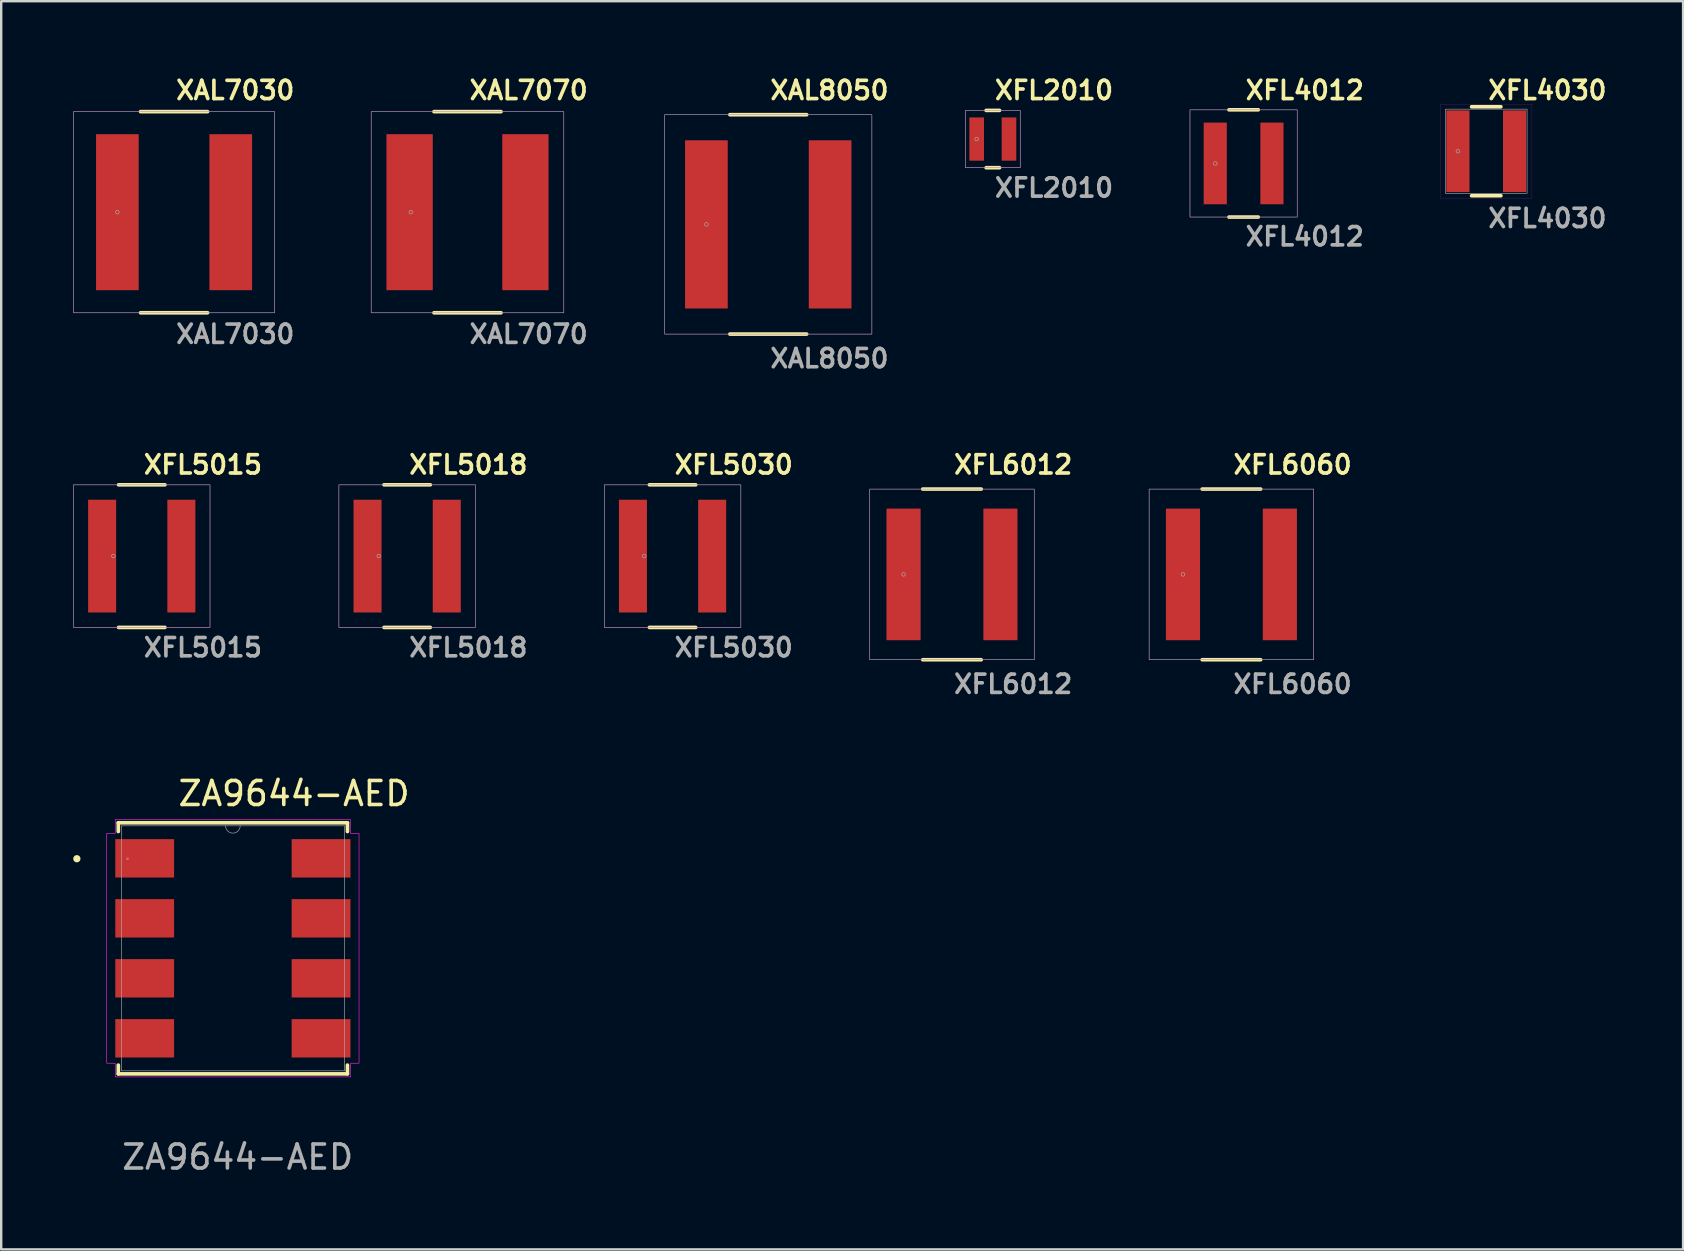
<source format=kicad_pcb>
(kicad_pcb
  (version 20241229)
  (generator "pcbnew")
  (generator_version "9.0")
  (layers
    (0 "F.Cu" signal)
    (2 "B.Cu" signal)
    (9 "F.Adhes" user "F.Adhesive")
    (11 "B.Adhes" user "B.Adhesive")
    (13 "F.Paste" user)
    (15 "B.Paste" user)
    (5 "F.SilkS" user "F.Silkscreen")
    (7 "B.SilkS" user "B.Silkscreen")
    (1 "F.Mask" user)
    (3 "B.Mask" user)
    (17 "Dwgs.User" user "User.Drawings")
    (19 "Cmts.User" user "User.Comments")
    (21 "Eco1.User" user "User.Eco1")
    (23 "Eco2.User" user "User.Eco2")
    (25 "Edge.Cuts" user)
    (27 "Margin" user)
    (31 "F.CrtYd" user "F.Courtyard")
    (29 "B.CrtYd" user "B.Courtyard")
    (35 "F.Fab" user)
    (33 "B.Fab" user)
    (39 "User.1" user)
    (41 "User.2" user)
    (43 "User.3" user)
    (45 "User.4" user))
  (footprint "XFL4012"
    (layer "F.Cu")
    (at 48.777 3.761)
    (property "Reference" "XFL4012" (at 0 -3.048 0) (unlocked yes) (layer "F.SilkS") (effects (font (size 0.762 0.762) (thickness 0.152)) (justify left)))
    (attr smd)
    (fp_line (start -0.61 2.235) (end 0.61 2.235) (stroke (width 0.152) (type solid)) (layer "F.SilkS"))
    (fp_line (start 0.61 -2.235) (end -0.61 -2.235) (stroke (width 0.152) (type solid)) (layer "F.SilkS"))
    (fp_rect (start -2.235 -2.235) (end 2.235 2.235) (stroke (width 0.006) (type default)) (fill no) (layer "F.CrtYd"))
    (fp_rect (start -2.235 -2.235) (end 2.235 2.235) (stroke (width 0.025) (type default)) (fill no) (layer "F.Fab"))
    (fp_circle (center -1.181 0) (end -1.105 0) (stroke (width 0.025) (type solid)) (fill no) (layer "F.Fab"))
    (fp_text user "${REFERENCE}" (at 0 3.048 0) (unlocked yes) (layer "F.Fab") (effects (font (size 0.762 0.762) (thickness 0.152)) (justify left)))
    (pad "1" smd rect (at -1.181 0) (size 0.965 3.404) (layers "F.Cu" "F.Mask" "F.Paste"))
    (pad "2" smd rect (at 1.181 0) (size 0.965 3.404) (layers "F.Cu" "F.Mask" "F.Paste")))
  (footprint "XFL6060"
    (layer "F.Cu")
    (at 48.269 20.888)
    (property "Reference" "XFL6060" (at 0 -4.572 0) (unlocked yes) (layer "F.SilkS") (effects (font (size 0.762 0.762) (thickness 0.152)) (justify left)))
    (attr smd)
    (fp_line (start 1.219 -3.556) (end -1.219 -3.556) (stroke (width 0.152) (type solid)) (layer "F.SilkS"))
    (fp_line (start 1.219 3.556) (end -1.219 3.556) (stroke (width 0.152) (type solid)) (layer "F.SilkS"))
    (fp_rect (start -3.429 -3.556) (end 3.429 3.556) (stroke (width 0.006) (type default)) (fill no) (layer "F.CrtYd"))
    (fp_rect (start -3.429 -3.556) (end 3.429 3.556) (stroke (width 0.025) (type default)) (fill no) (layer "F.Fab"))
    (fp_circle (center -2.019 0) (end -1.943 0) (stroke (width 0.025) (type solid)) (fill no) (layer "F.Fab"))
    (fp_text user "${REFERENCE}" (at 0 4.572 0) (unlocked yes) (layer "F.Fab") (effects (font (size 0.762 0.762) (thickness 0.152)) (justify left)))
    (pad "1" smd rect (at -2.019 0) (size 1.422 5.486) (layers "F.Cu" "F.Mask" "F.Paste"))
    (pad "2" smd rect (at 2.019 0) (size 1.422 5.486) (layers "F.Cu" "F.Mask" "F.Paste")))
  (footprint "XAL7030"
    (layer "F.Cu")
    (at 4.204 5.793)
    (property "Reference" "XAL7030" (at 0 -5.08 0) (unlocked yes) (layer "F.SilkS") (effects (font (size 0.762 0.762) (thickness 0.152)) (justify left)))
    (attr smd)
    (fp_line (start 1.397 -4.191) (end -1.397 -4.191) (stroke (width 0.152) (type solid)) (layer "F.SilkS"))
    (fp_line (start 1.397 4.191) (end -1.397 4.191) (stroke (width 0.152) (type solid)) (layer "F.SilkS"))
    (fp_rect (start -4.191 -4.191) (end 4.191 4.191) (stroke (width 0.006) (type default)) (fill no) (layer "F.CrtYd"))
    (fp_rect (start -4.191 -4.191) (end 4.191 4.191) (stroke (width 0.025) (type default)) (fill no) (layer "F.Fab"))
    (fp_circle (center -2.362 0) (end -2.286 0) (stroke (width 0.025) (type solid)) (fill no) (layer "F.Fab"))
    (fp_text user "${REFERENCE}" (at 0 5.08 0) (unlocked yes) (layer "F.Fab") (effects (font (size 0.762 0.762) (thickness 0.152)) (justify left)))
    (pad "1" smd rect (at -2.362 0) (size 1.778 6.502) (layers "F.Cu" "F.Mask" "F.Paste"))
    (pad "2" smd rect (at 2.362 0) (size 1.778 6.502) (layers "F.Cu" "F.Mask" "F.Paste")))
  (footprint "XFL6012"
    (layer "F.Cu")
    (at 36.624 20.888)
    (property "Reference" "XFL6012" (at 0 -4.572 0) (unlocked yes) (layer "F.SilkS") (effects (font (size 0.762 0.762) (thickness 0.152)) (justify left)))
    (attr smd)
    (fp_line (start 1.219 -3.556) (end -1.219 -3.556) (stroke (width 0.152) (type solid)) (layer "F.SilkS"))
    (fp_line (start 1.219 3.556) (end -1.219 3.556) (stroke (width 0.152) (type solid)) (layer "F.SilkS"))
    (fp_rect (start -3.429 -3.556) (end 3.429 3.556) (stroke (width 0.006) (type default)) (fill no) (layer "F.CrtYd"))
    (fp_rect (start -3.429 -3.556) (end 3.429 3.556) (stroke (width 0.025) (type default)) (fill no) (layer "F.Fab"))
    (fp_circle (center -2.019 0) (end -1.943 0) (stroke (width 0.025) (type solid)) (fill no) (layer "F.Fab"))
    (fp_text user "${REFERENCE}" (at 0 4.572 0) (unlocked yes) (layer "F.Fab") (effects (font (size 0.762 0.762) (thickness 0.152)) (justify left)))
    (pad "1" smd rect (at -2.019 0) (size 1.422 5.486) (layers "F.Cu" "F.Mask" "F.Paste"))
    (pad "2" smd rect (at 2.019 0) (size 1.422 5.486) (layers "F.Cu" "F.Mask" "F.Paste")))
  (footprint "XAL8050"
    (layer "F.Cu")
    (at 28.967 6.301)
    (property "Reference" "XAL8050" (at 0 -5.588 0) (unlocked yes) (layer "F.SilkS") (effects (font (size 0.762 0.762) (thickness 0.152)) (justify left)))
    (attr smd)
    (fp_line (start 1.6 -4.572) (end -1.6 -4.572) (stroke (width 0.152) (type solid)) (layer "F.SilkS"))
    (fp_line (start 1.6 4.572) (end -1.6 4.572) (stroke (width 0.152) (type solid)) (layer "F.SilkS"))
    (fp_rect (start -4.318 -4.572) (end 4.318 4.572) (stroke (width 0.006) (type default)) (fill no) (layer "F.CrtYd"))
    (fp_rect (start -4.318 -4.572) (end 4.318 4.572) (stroke (width 0.025) (type default)) (fill no) (layer "F.Fab"))
    (fp_circle (center -2.578 0) (end -2.502 0) (stroke (width 0.025) (type solid)) (fill no) (layer "F.Fab"))
    (fp_text user "${REFERENCE}" (at 0 5.588 0) (unlocked yes) (layer "F.Fab") (effects (font (size 0.762 0.762) (thickness 0.152)) (justify left)))
    (pad "1" smd rect (at -2.578 0) (size 1.778 7.01) (layers "F.Cu" "F.Mask" "F.Paste"))
    (pad "2" smd rect (at 2.578 0) (size 1.778 7.01) (layers "F.Cu" "F.Mask" "F.Paste")))
  (footprint "XFL2010"
    (layer "F.Cu")
    (at 38.326 2.745)
    (property "Reference" "XFL2010" (at 0 -2.032 0) (unlocked yes) (layer "F.SilkS") (effects (font (size 0.762 0.762) (thickness 0.152)) (justify left)))
    (attr smd)
    (fp_line (start -0.279 -1.194) (end 0.279 -1.194) (stroke (width 0.152) (type solid)) (layer "F.SilkS"))
    (fp_line (start -0.279 1.194) (end 0.279 1.194) (stroke (width 0.152) (type solid)) (layer "F.SilkS"))
    (fp_rect (start -1.143 -1.194) (end 1.143 1.194) (stroke (width 0.006) (type default)) (fill no) (layer "F.CrtYd"))
    (fp_rect (start -1.143 -1.194) (end 1.143 1.194) (stroke (width 0.025) (type default)) (fill no) (layer "F.Fab"))
    (fp_circle (center -0.673 0) (end -0.597 0) (stroke (width 0.025) (type solid)) (fill no) (layer "F.Fab"))
    (fp_text user "${REFERENCE}" (at 0 2.032 0) (unlocked yes) (layer "F.Fab") (effects (font (size 0.762 0.762) (thickness 0.152)) (justify left)))
    (pad "1" smd rect (at -0.673 0) (size 0.61 1.803) (layers "F.Cu" "F.Mask" "F.Paste"))
    (pad "2" smd rect (at 0.673 0) (size 0.61 1.803) (layers "F.Cu" "F.Mask" "F.Paste")))
  (footprint "XAL7070"
    (layer "F.Cu")
    (at 16.433 5.793)
    (property "Reference" "XAL7070" (at 0 -5.08 0) (unlocked yes) (layer "F.SilkS") (effects (font (size 0.762 0.762) (thickness 0.152)) (justify left)))
    (attr smd)
    (fp_line (start 1.397 -4.191) (end -1.397 -4.191) (stroke (width 0.152) (type solid)) (layer "F.SilkS"))
    (fp_line (start 1.397 4.191) (end -1.397 4.191) (stroke (width 0.152) (type solid)) (layer "F.SilkS"))
    (fp_rect (start -4.013 -4.191) (end 4.013 4.191) (stroke (width 0.006) (type default)) (fill no) (layer "F.CrtYd"))
    (fp_rect (start -4.013 -4.191) (end 4.013 4.191) (stroke (width 0.025) (type default)) (fill no) (layer "F.Fab"))
    (fp_circle (center -2.362 0) (end -2.286 0) (stroke (width 0.025) (type solid)) (fill no) (layer "F.Fab"))
    (fp_text user "${REFERENCE}" (at 0 5.08 0) (unlocked yes) (layer "F.Fab") (effects (font (size 0.762 0.762) (thickness 0.152)) (justify left)))
    (pad "1" smd rect (at -2.413 0) (size 1.93 6.502) (layers "F.Cu" "F.Mask" "F.Paste"))
    (pad "2" smd rect (at 2.413 0) (size 1.93 6.502) (layers "F.Cu" "F.Mask" "F.Paste")))
  (footprint "ZA9644-AED"
    (layer "F.Cu")
    (at 6.655 36.471)
    (property "Reference" "ZA9644-AED" (at 2.55 -6.45 0) (unlocked yes) (layer "F.SilkS") (effects (font (size 1 1) (thickness 0.15))))
    (attr smd)
    (fp_line (start -4.775 -5.232) (end -4.775 -4.867) (stroke (width 0.152) (type solid)) (layer "F.SilkS"))
    (fp_line (start -4.775 4.867) (end -4.775 5.232) (stroke (width 0.152) (type solid)) (layer "F.SilkS"))
    (fp_line (start -4.775 5.232) (end 4.775 5.232) (stroke (width 0.152) (type solid)) (layer "F.SilkS"))
    (fp_line (start 4.775 -5.232) (end -4.775 -5.232) (stroke (width 0.152) (type solid)) (layer "F.SilkS"))
    (fp_line (start 4.775 -4.867) (end 4.775 -5.232) (stroke (width 0.152) (type solid)) (layer "F.SilkS"))
    (fp_line (start 4.775 5.232) (end 4.775 4.867) (stroke (width 0.152) (type solid)) (layer "F.SilkS"))
    (fp_circle (center -6.502 -3.734) (end -6.426 -3.734) (stroke (width 0.152) (type solid)) (fill no) (layer "F.SilkS"))
    (fp_poly (pts (xy -4.902 -5.359) (xy 4.902 -5.359) (xy 4.902 -4.788) (xy 5.258 -4.788) (xy 5.258 4.788) (xy 4.902 4.788) (xy 4.902 5.359) (xy -4.902 5.359) (xy -4.902 4.788) (xy -5.258 4.788) (xy -5.258 -4.788) (xy -4.902 -4.788)) (stroke (width 0.025) (type solid)) (fill no) (layer "F.CrtYd"))
    (fp_line (start -4.648 -5.105) (end -4.648 5.105) (stroke (width 0.025) (type solid)) (layer "F.Fab"))
    (fp_line (start -4.648 5.105) (end 4.648 5.105) (stroke (width 0.025) (type solid)) (layer "F.Fab"))
    (fp_line (start 4.648 -5.105) (end -4.648 -5.105) (stroke (width 0.025) (type solid)) (layer "F.Fab"))
    (fp_line (start 4.648 5.105) (end 4.648 -5.105) (stroke (width 0.025) (type solid)) (layer "F.Fab"))
    (fp_arc (start 0.3048 -5.1054) (mid 0 -4.8006) (end -0.3048 -5.1054) (stroke (width 0.0254) (type solid)) (layer "F.Fab"))
    (fp_circle (center -4.394 -3.734) (end -4.356 -3.734) (stroke (width 0.025) (type solid)) (fill no) (layer "F.Fab"))
    (fp_text user "${REFERENCE}" (at 0.2 8.7 0) (unlocked yes) (layer "F.Fab") (effects (font (size 1 1) (thickness 0.15))))
    (pad "1" smd rect (at -3.675 -3.75) (size 2.45 1.6) (layers "F.Cu" "F.Mask" "F.Paste"))
    (pad "2" smd rect (at -3.675 -1.25) (size 2.45 1.6) (layers "F.Cu" "F.Mask" "F.Paste"))
    (pad "3" smd rect (at -3.675 1.25) (size 2.45 1.6) (layers "F.Cu" "F.Mask" "F.Paste"))
    (pad "4" smd rect (at -3.675 3.75) (size 2.45 1.6) (layers "F.Cu" "F.Mask" "F.Paste"))
    (pad "5" smd rect (at 3.675 3.75) (size 2.45 1.6) (layers "F.Cu" "F.Mask" "F.Paste"))
    (pad "6" smd rect (at 3.675 1.25) (size 2.45 1.6) (layers "F.Cu" "F.Mask" "F.Paste"))
    (pad "7" smd rect (at 3.675 -1.25) (size 2.45 1.6) (layers "F.Cu" "F.Mask" "F.Paste"))
    (pad "8" smd rect (at 3.675 -3.75) (size 2.45 1.6) (layers "F.Cu" "F.Mask" "F.Paste")))
  (footprint "XFL5015"
    (layer "F.Cu")
    (at 2.857 20.126)
    (property "Reference" "XFL5015" (at 0 -3.81 0) (unlocked yes) (layer "F.SilkS") (effects (font (size 0.762 0.762) (thickness 0.152)) (justify left)))
    (attr smd)
    (fp_line (start 0.965 -2.972) (end -0.965 -2.972) (stroke (width 0.152) (type solid)) (layer "F.SilkS"))
    (fp_line (start 0.965 2.972) (end -0.965 2.972) (stroke (width 0.152) (type solid)) (layer "F.SilkS"))
    (fp_rect (start -2.845 -2.972) (end 2.845 2.972) (stroke (width 0.006) (type default)) (fill no) (layer "F.CrtYd"))
    (fp_rect (start -2.845 -2.972) (end 2.845 2.972) (stroke (width 0.025) (type default)) (fill no) (layer "F.Fab"))
    (fp_circle (center -1.181 0) (end -1.105 0) (stroke (width 0.025) (type solid)) (fill no) (layer "F.Fab"))
    (fp_text user "${REFERENCE}" (at 0 3.81 0) (unlocked yes) (layer "F.Fab") (effects (font (size 0.762 0.762) (thickness 0.152)) (justify left)))
    (pad "1" smd rect (at -1.651 0) (size 1.168 4.699) (layers "F.Cu" "F.Mask" "F.Paste"))
    (pad "2" smd rect (at 1.651 0) (size 1.168 4.699) (layers "F.Cu" "F.Mask" "F.Paste")))
  (footprint "XFL4030"
    (layer "F.Cu")
    (at 58.889 3.253)
    (property "Reference" "XFL4030" (at 0 -2.54 0) (unlocked yes) (layer "F.SilkS") (effects (font (size 0.762 0.762) (thickness 0.152)) (justify left)))
    (attr smd)
    (fp_line (start -0.61 1.854) (end 0.61 1.854) (stroke (width 0.152) (type solid)) (layer "F.SilkS"))
    (fp_line (start 0.61 -1.854) (end -0.61 -1.854) (stroke (width 0.152) (type solid)) (layer "F.SilkS"))
    (fp_rect (start -1.905 -1.956) (end 1.905 1.956) (stroke (width 0.006) (type default)) (fill no) (layer "F.CrtYd"))
    (fp_rect (start -1.702 -1.753) (end 1.702 1.753) (stroke (width 0.025) (type default)) (fill no) (layer "F.Fab"))
    (fp_circle (center -1.181 0) (end -1.105 0) (stroke (width 0.025) (type solid)) (fill no) (layer "F.Fab"))
    (fp_text user "${REFERENCE}" (at 0 2.794 0) (unlocked yes) (layer "F.Fab") (effects (font (size 0.762 0.762) (thickness 0.152)) (justify left)))
    (pad "1" smd rect (at -1.181 0) (size 0.965 3.404) (layers "F.Cu" "F.Mask" "F.Paste"))
    (pad "2" smd rect (at 1.181 0) (size 0.965 3.404) (layers "F.Cu" "F.Mask" "F.Paste")))
  (footprint "XFL5030"
    (layer "F.Cu")
    (at 24.979 20.126)
    (property "Reference" "XFL5030" (at 0 -3.81 0) (unlocked yes) (layer "F.SilkS") (effects (font (size 0.762 0.762) (thickness 0.152)) (justify left)))
    (attr smd)
    (fp_line (start 0.965 -2.972) (end -0.965 -2.972) (stroke (width 0.152) (type solid)) (layer "F.SilkS"))
    (fp_line (start 0.965 2.972) (end -0.965 2.972) (stroke (width 0.152) (type solid)) (layer "F.SilkS"))
    (fp_rect (start -2.845 -2.972) (end 2.845 2.972) (stroke (width 0.006) (type default)) (fill no) (layer "F.CrtYd"))
    (fp_rect (start -2.845 -2.972) (end 2.845 2.972) (stroke (width 0.025) (type default)) (fill no) (layer "F.Fab"))
    (fp_circle (center -1.181 0) (end -1.105 0) (stroke (width 0.025) (type solid)) (fill no) (layer "F.Fab"))
    (fp_text user "${REFERENCE}" (at 0 3.81 0) (unlocked yes) (layer "F.Fab") (effects (font (size 0.762 0.762) (thickness 0.152)) (justify left)))
    (pad "1" smd rect (at -1.651 0) (size 1.168 4.699) (layers "F.Cu" "F.Mask" "F.Paste"))
    (pad "2" smd rect (at 1.651 0) (size 1.168 4.699) (layers "F.Cu" "F.Mask" "F.Paste")))
  (footprint "XFL5018"
    (layer "F.Cu")
    (at 13.918 20.126)
    (property "Reference" "XFL5018" (at 0 -3.81 0) (unlocked yes) (layer "F.SilkS") (effects (font (size 0.762 0.762) (thickness 0.152)) (justify left)))
    (attr smd)
    (fp_line (start 0.965 -2.972) (end -0.965 -2.972) (stroke (width 0.152) (type solid)) (layer "F.SilkS"))
    (fp_line (start 0.965 2.972) (end -0.965 2.972) (stroke (width 0.152) (type solid)) (layer "F.SilkS"))
    (fp_rect (start -2.845 -2.972) (end 2.845 2.972) (stroke (width 0.006) (type default)) (fill no) (layer "F.CrtYd"))
    (fp_rect (start -2.845 -2.972) (end 2.845 2.972) (stroke (width 0.025) (type default)) (fill no) (layer "F.Fab"))
    (fp_circle (center -1.181 0) (end -1.105 0) (stroke (width 0.025) (type solid)) (fill no) (layer "F.Fab"))
    (fp_text user "${REFERENCE}" (at 0 3.81 0) (unlocked yes) (layer "F.Fab") (effects (font (size 0.762 0.762) (thickness 0.152)) (justify left)))
    (pad "1" smd rect (at -1.651 0) (size 1.168 4.699) (layers "F.Cu" "F.Mask" "F.Paste"))
    (pad "2" smd rect (at 1.651 0) (size 1.168 4.699) (layers "F.Cu" "F.Mask" "F.Paste")))
  (gr_rect
    (start -3 -3)
    (end 67.092 49.019)
    (stroke (width 0.1) (type default))
    (fill no)
    (layer "Edge.Cuts")))
</source>
